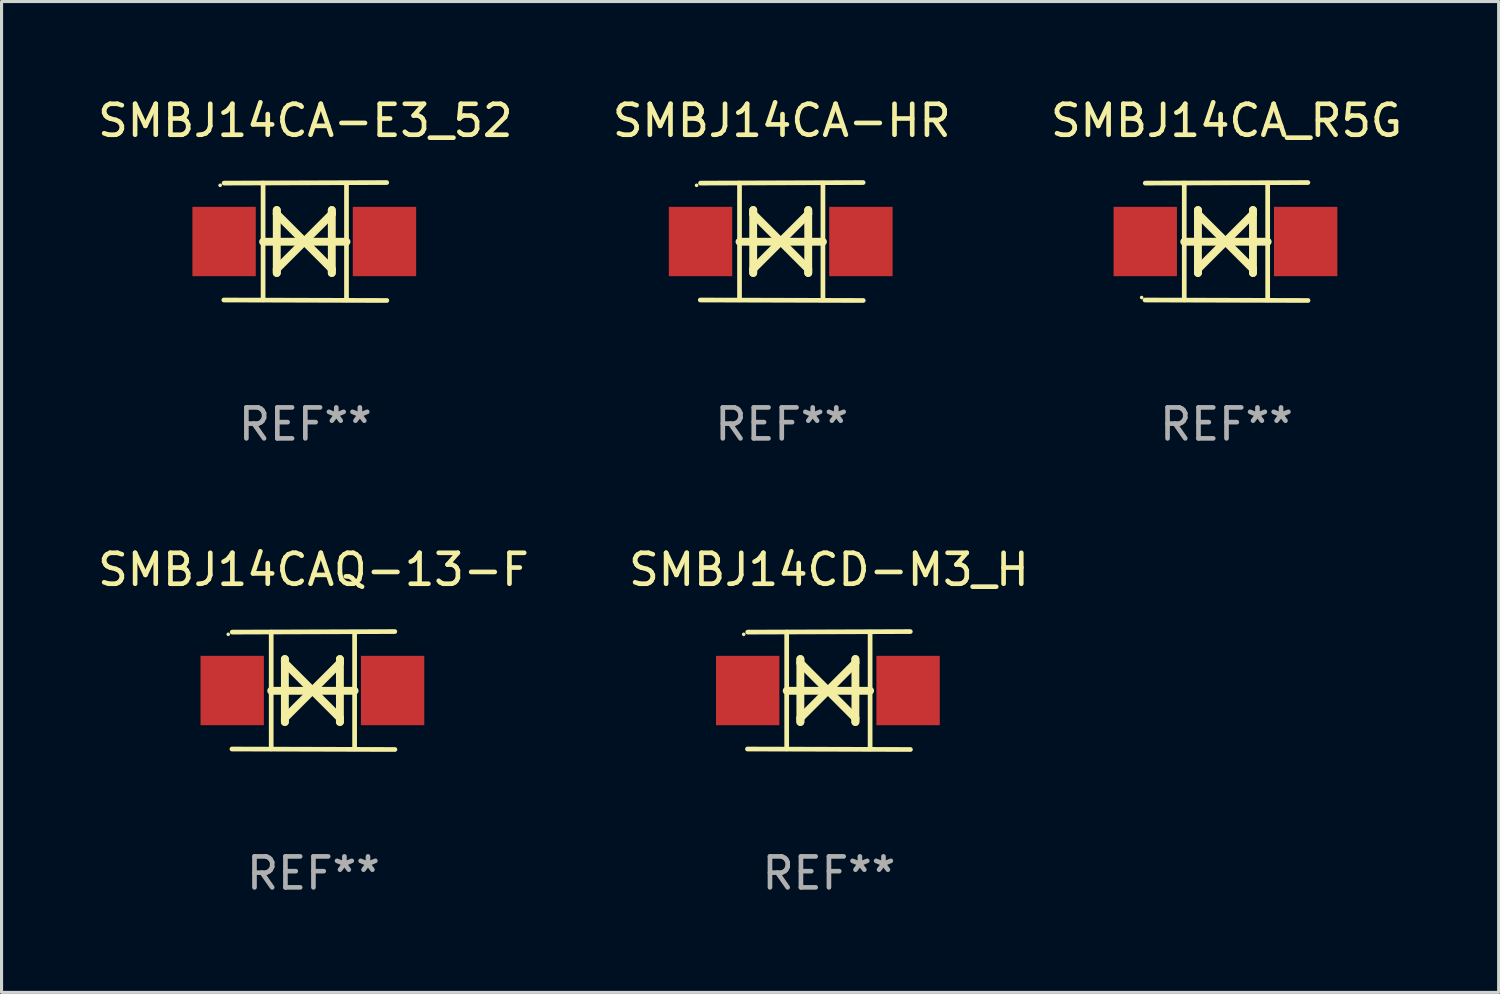
<source format=kicad_pcb>
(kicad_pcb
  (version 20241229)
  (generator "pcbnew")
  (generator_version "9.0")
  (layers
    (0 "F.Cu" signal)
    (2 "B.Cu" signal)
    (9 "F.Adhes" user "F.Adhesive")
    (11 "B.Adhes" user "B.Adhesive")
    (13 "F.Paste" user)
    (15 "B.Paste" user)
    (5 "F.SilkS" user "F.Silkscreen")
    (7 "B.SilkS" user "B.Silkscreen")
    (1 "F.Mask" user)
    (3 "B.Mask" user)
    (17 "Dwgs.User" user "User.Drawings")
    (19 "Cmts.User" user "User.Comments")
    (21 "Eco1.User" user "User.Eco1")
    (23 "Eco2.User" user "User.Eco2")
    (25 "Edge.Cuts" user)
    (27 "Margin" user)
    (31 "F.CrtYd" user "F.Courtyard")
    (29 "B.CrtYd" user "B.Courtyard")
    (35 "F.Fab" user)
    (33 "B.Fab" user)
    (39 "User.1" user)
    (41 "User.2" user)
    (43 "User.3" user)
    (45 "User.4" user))
  (footprint "SMBJ14CA-E3_52"
    (layer "F.Cu")
    (at 6.815 4.753)
    (property "Reference" "SMBJ14CA-E3_52" (at 0 -3.905 0) (layer "F.SilkS") (effects (font (size 1 1) (thickness 0.15))))
    (attr through_hole)
    (fp_line (start -1.365 1.886) (end -1.365 -1.886) (stroke (width 0.152) (type solid)) (layer "F.SilkS"))
    (fp_line (start -1.365 0.008) (end 1.33 0.008) (stroke (width 0.254) (type solid)) (layer "F.SilkS"))
    (fp_line (start -0.923 -1.016) (end -0.923 1.016) (stroke (width 0.254) (type solid)) (layer "F.SilkS"))
    (fp_line (start -0.923 -0.889) (end -0.923 -1.016) (stroke (width 0.254) (type solid)) (layer "F.SilkS"))
    (fp_line (start -0.923 0.889) (end -0.034 0) (stroke (width 0.254) (type solid)) (layer "F.SilkS"))
    (fp_line (start -0.923 1.016) (end -0.923 0.889) (stroke (width 0.254) (type solid)) (layer "F.SilkS"))
    (fp_line (start -0.034 0) (end -0.923 -0.889) (stroke (width 0.254) (type solid)) (layer "F.SilkS"))
    (fp_line (start -0.034 0) (end 0.855 0.889) (stroke (width 0.254) (type solid)) (layer "F.SilkS"))
    (fp_line (start 0.855 -1.016) (end 0.855 -0.889) (stroke (width 0.254) (type solid)) (layer "F.SilkS"))
    (fp_line (start 0.855 -0.889) (end -0.034 0) (stroke (width 0.254) (type solid)) (layer "F.SilkS"))
    (fp_line (start 0.855 0.889) (end 0.855 1.016) (stroke (width 0.254) (type solid)) (layer "F.SilkS"))
    (fp_line (start 0.855 1.016) (end 0.855 -1.016) (stroke (width 0.254) (type solid)) (layer "F.SilkS"))
    (fp_line (start 1.33 1.886) (end 1.33 -1.886) (stroke (width 0.152) (type solid)) (layer "F.SilkS"))
    (fp_line (start 2.629 -1.905) (end -2.625 -1.887) (stroke (width 0.152) (type solid)) (layer "F.SilkS"))
    (fp_line (start 2.633 1.905) (end -2.633 1.89) (stroke (width 0.152) (type solid)) (layer "F.SilkS"))
    (fp_circle (center -2.753 -1.816) (end -2.723 -1.816) (stroke (width 0.06) (type solid)) (fill no) (layer "F.SilkS"))
    (fp_text user "REF**" (at 0 5.905 0) (layer "F.Fab") (effects (font (size 1 1) (thickness 0.15))))
    (pad "1" smd rect (at -2.625 0) (size 2.047 2.241) (layers "F.Cu" "F.Mask" "F.Paste"))
    (pad "2" smd rect (at 2.557 0) (size 2.047 2.241) (layers "F.Cu" "F.Mask" "F.Paste")))
  (footprint "SMBJ14CD-M3_H"
    (layer "F.Cu")
    (at 23.732 19.26)
    (property "Reference" "SMBJ14CD-M3_H" (at 0 -3.905 0) (layer "F.SilkS") (effects (font (size 1 1) (thickness 0.15))))
    (attr through_hole)
    (fp_line (start -1.365 1.886) (end -1.365 -1.886) (stroke (width 0.152) (type solid)) (layer "F.SilkS"))
    (fp_line (start -1.365 0.008) (end 1.33 0.008) (stroke (width 0.254) (type solid)) (layer "F.SilkS"))
    (fp_line (start -0.923 -1.016) (end -0.923 1.016) (stroke (width 0.254) (type solid)) (layer "F.SilkS"))
    (fp_line (start -0.923 -0.889) (end -0.923 -1.016) (stroke (width 0.254) (type solid)) (layer "F.SilkS"))
    (fp_line (start -0.923 0.889) (end -0.034 0) (stroke (width 0.254) (type solid)) (layer "F.SilkS"))
    (fp_line (start -0.923 1.016) (end -0.923 0.889) (stroke (width 0.254) (type solid)) (layer "F.SilkS"))
    (fp_line (start -0.034 0) (end -0.923 -0.889) (stroke (width 0.254) (type solid)) (layer "F.SilkS"))
    (fp_line (start -0.034 0) (end 0.855 0.889) (stroke (width 0.254) (type solid)) (layer "F.SilkS"))
    (fp_line (start 0.855 -1.016) (end 0.855 -0.889) (stroke (width 0.254) (type solid)) (layer "F.SilkS"))
    (fp_line (start 0.855 -0.889) (end -0.034 0) (stroke (width 0.254) (type solid)) (layer "F.SilkS"))
    (fp_line (start 0.855 0.889) (end 0.855 1.016) (stroke (width 0.254) (type solid)) (layer "F.SilkS"))
    (fp_line (start 0.855 1.016) (end 0.855 -1.016) (stroke (width 0.254) (type solid)) (layer "F.SilkS"))
    (fp_line (start 1.33 1.886) (end 1.33 -1.886) (stroke (width 0.152) (type solid)) (layer "F.SilkS"))
    (fp_line (start 2.629 -1.905) (end -2.625 -1.887) (stroke (width 0.152) (type solid)) (layer "F.SilkS"))
    (fp_line (start 2.633 1.905) (end -2.633 1.89) (stroke (width 0.152) (type solid)) (layer "F.SilkS"))
    (fp_circle (center -2.753 -1.816) (end -2.723 -1.816) (stroke (width 0.06) (type solid)) (fill no) (layer "F.SilkS"))
    (fp_text user "REF**" (at 0 5.905 0) (layer "F.Fab") (effects (font (size 1 1) (thickness 0.15))))
    (pad "1" smd rect (at -2.625 0) (size 2.047 2.241) (layers "F.Cu" "F.Mask" "F.Paste"))
    (pad "2" smd rect (at 2.557 0) (size 2.047 2.241) (layers "F.Cu" "F.Mask" "F.Paste")))
  (footprint "SMBJ14CA_R5G"
    (layer "F.Cu")
    (at 36.577 4.753)
    (property "Reference" "SMBJ14CA_R5G" (at 0 -3.905 0) (layer "F.SilkS") (effects (font (size 1 1) (thickness 0.15))))
    (attr through_hole)
    (fp_line (start -1.365 1.886) (end -1.365 -1.886) (stroke (width 0.152) (type solid)) (layer "F.SilkS"))
    (fp_line (start -1.365 0.008) (end 1.33 0.008) (stroke (width 0.254) (type solid)) (layer "F.SilkS"))
    (fp_line (start -0.923 -1.016) (end -0.923 1.016) (stroke (width 0.254) (type solid)) (layer "F.SilkS"))
    (fp_line (start -0.923 -0.889) (end -0.923 -1.016) (stroke (width 0.254) (type solid)) (layer "F.SilkS"))
    (fp_line (start -0.923 0.889) (end -0.034 0) (stroke (width 0.254) (type solid)) (layer "F.SilkS"))
    (fp_line (start -0.923 1.016) (end -0.923 0.889) (stroke (width 0.254) (type solid)) (layer "F.SilkS"))
    (fp_line (start -0.034 0) (end -0.923 -0.889) (stroke (width 0.254) (type solid)) (layer "F.SilkS"))
    (fp_line (start -0.034 0) (end 0.855 0.889) (stroke (width 0.254) (type solid)) (layer "F.SilkS"))
    (fp_line (start 0.855 -1.016) (end 0.855 -0.889) (stroke (width 0.254) (type solid)) (layer "F.SilkS"))
    (fp_line (start 0.855 -0.889) (end -0.034 0) (stroke (width 0.254) (type solid)) (layer "F.SilkS"))
    (fp_line (start 0.855 0.889) (end 0.855 1.016) (stroke (width 0.254) (type solid)) (layer "F.SilkS"))
    (fp_line (start 0.855 1.016) (end 0.855 -1.016) (stroke (width 0.254) (type solid)) (layer "F.SilkS"))
    (fp_line (start 1.33 1.886) (end 1.33 -1.886) (stroke (width 0.152) (type solid)) (layer "F.SilkS"))
    (fp_line (start 2.629 -1.905) (end -2.625 -1.887) (stroke (width 0.152) (type solid)) (layer "F.SilkS"))
    (fp_line (start 2.633 1.905) (end -2.633 1.89) (stroke (width 0.152) (type solid)) (layer "F.SilkS"))
    (fp_circle (center -2.741 1.81) (end -2.711 1.81) (stroke (width 0.06) (type solid)) (fill no) (layer "F.SilkS"))
    (fp_text user "REF**" (at 0 5.905 0) (layer "F.Fab") (effects (font (size 1 1) (thickness 0.15))))
    (pad "1" smd rect (at -2.625 0) (size 2.047 2.241) (layers "F.Cu" "F.Mask" "F.Paste"))
    (pad "2" smd rect (at 2.557 0) (size 2.047 2.241) (layers "F.Cu" "F.Mask" "F.Paste")))
  (footprint "SMBJ14CAQ-13-F"
    (layer "F.Cu")
    (at 7.077 19.26)
    (property "Reference" "SMBJ14CAQ-13-F" (at 0 -3.905 0) (layer "F.SilkS") (effects (font (size 1 1) (thickness 0.15))))
    (attr through_hole)
    (fp_line (start -1.365 1.886) (end -1.365 -1.886) (stroke (width 0.152) (type solid)) (layer "F.SilkS"))
    (fp_line (start -1.365 0.008) (end 1.33 0.008) (stroke (width 0.254) (type solid)) (layer "F.SilkS"))
    (fp_line (start -0.923 -1.016) (end -0.923 1.016) (stroke (width 0.254) (type solid)) (layer "F.SilkS"))
    (fp_line (start -0.923 -0.889) (end -0.923 -1.016) (stroke (width 0.254) (type solid)) (layer "F.SilkS"))
    (fp_line (start -0.923 0.889) (end -0.034 0) (stroke (width 0.254) (type solid)) (layer "F.SilkS"))
    (fp_line (start -0.923 1.016) (end -0.923 0.889) (stroke (width 0.254) (type solid)) (layer "F.SilkS"))
    (fp_line (start -0.034 0) (end -0.923 -0.889) (stroke (width 0.254) (type solid)) (layer "F.SilkS"))
    (fp_line (start -0.034 0) (end 0.855 0.889) (stroke (width 0.254) (type solid)) (layer "F.SilkS"))
    (fp_line (start 0.855 -1.016) (end 0.855 -0.889) (stroke (width 0.254) (type solid)) (layer "F.SilkS"))
    (fp_line (start 0.855 -0.889) (end -0.034 0) (stroke (width 0.254) (type solid)) (layer "F.SilkS"))
    (fp_line (start 0.855 0.889) (end 0.855 1.016) (stroke (width 0.254) (type solid)) (layer "F.SilkS"))
    (fp_line (start 0.855 1.016) (end 0.855 -1.016) (stroke (width 0.254) (type solid)) (layer "F.SilkS"))
    (fp_line (start 1.33 1.886) (end 1.33 -1.886) (stroke (width 0.152) (type solid)) (layer "F.SilkS"))
    (fp_line (start 2.629 -1.905) (end -2.625 -1.887) (stroke (width 0.152) (type solid)) (layer "F.SilkS"))
    (fp_line (start 2.633 1.905) (end -2.633 1.89) (stroke (width 0.152) (type solid)) (layer "F.SilkS"))
    (fp_circle (center -2.753 -1.816) (end -2.723 -1.816) (stroke (width 0.06) (type solid)) (fill no) (layer "F.SilkS"))
    (fp_text user "REF**" (at 0 5.905 0) (layer "F.Fab") (effects (font (size 1 1) (thickness 0.15))))
    (pad "1" smd rect (at -2.625 0) (size 2.047 2.241) (layers "F.Cu" "F.Mask" "F.Paste"))
    (pad "2" smd rect (at 2.557 0) (size 2.047 2.241) (layers "F.Cu" "F.Mask" "F.Paste")))
  (footprint "SMBJ14CA-HR"
    (layer "F.Cu")
    (at 22.208 4.753)
    (property "Reference" "SMBJ14CA-HR" (at 0 -3.905 0) (layer "F.SilkS") (effects (font (size 1 1) (thickness 0.15))))
    (attr through_hole)
    (fp_line (start -1.365 1.886) (end -1.365 -1.886) (stroke (width 0.152) (type solid)) (layer "F.SilkS"))
    (fp_line (start -1.365 0.008) (end 1.33 0.008) (stroke (width 0.254) (type solid)) (layer "F.SilkS"))
    (fp_line (start -0.923 -1.016) (end -0.923 1.016) (stroke (width 0.254) (type solid)) (layer "F.SilkS"))
    (fp_line (start -0.923 -0.889) (end -0.923 -1.016) (stroke (width 0.254) (type solid)) (layer "F.SilkS"))
    (fp_line (start -0.923 0.889) (end -0.034 0) (stroke (width 0.254) (type solid)) (layer "F.SilkS"))
    (fp_line (start -0.923 1.016) (end -0.923 0.889) (stroke (width 0.254) (type solid)) (layer "F.SilkS"))
    (fp_line (start -0.034 0) (end -0.923 -0.889) (stroke (width 0.254) (type solid)) (layer "F.SilkS"))
    (fp_line (start -0.034 0) (end 0.855 0.889) (stroke (width 0.254) (type solid)) (layer "F.SilkS"))
    (fp_line (start 0.855 -1.016) (end 0.855 -0.889) (stroke (width 0.254) (type solid)) (layer "F.SilkS"))
    (fp_line (start 0.855 -0.889) (end -0.034 0) (stroke (width 0.254) (type solid)) (layer "F.SilkS"))
    (fp_line (start 0.855 0.889) (end 0.855 1.016) (stroke (width 0.254) (type solid)) (layer "F.SilkS"))
    (fp_line (start 0.855 1.016) (end 0.855 -1.016) (stroke (width 0.254) (type solid)) (layer "F.SilkS"))
    (fp_line (start 1.33 1.886) (end 1.33 -1.886) (stroke (width 0.152) (type solid)) (layer "F.SilkS"))
    (fp_line (start 2.629 -1.905) (end -2.625 -1.887) (stroke (width 0.152) (type solid)) (layer "F.SilkS"))
    (fp_line (start 2.633 1.905) (end -2.633 1.89) (stroke (width 0.152) (type solid)) (layer "F.SilkS"))
    (fp_circle (center -2.753 -1.816) (end -2.723 -1.816) (stroke (width 0.06) (type solid)) (fill no) (layer "F.SilkS"))
    (fp_text user "REF**" (at 0 5.905 0) (layer "F.Fab") (effects (font (size 1 1) (thickness 0.15))))
    (pad "1" smd rect (at -2.625 0) (size 2.047 2.241) (layers "F.Cu" "F.Mask" "F.Paste"))
    (pad "2" smd rect (at 2.557 0) (size 2.047 2.241) (layers "F.Cu" "F.Mask" "F.Paste")))
  (gr_rect
    (start -3 -3)
    (end 45.369 29.013)
    (stroke (width 0.1) (type default))
    (fill no)
    (layer "Edge.Cuts")))
</source>
